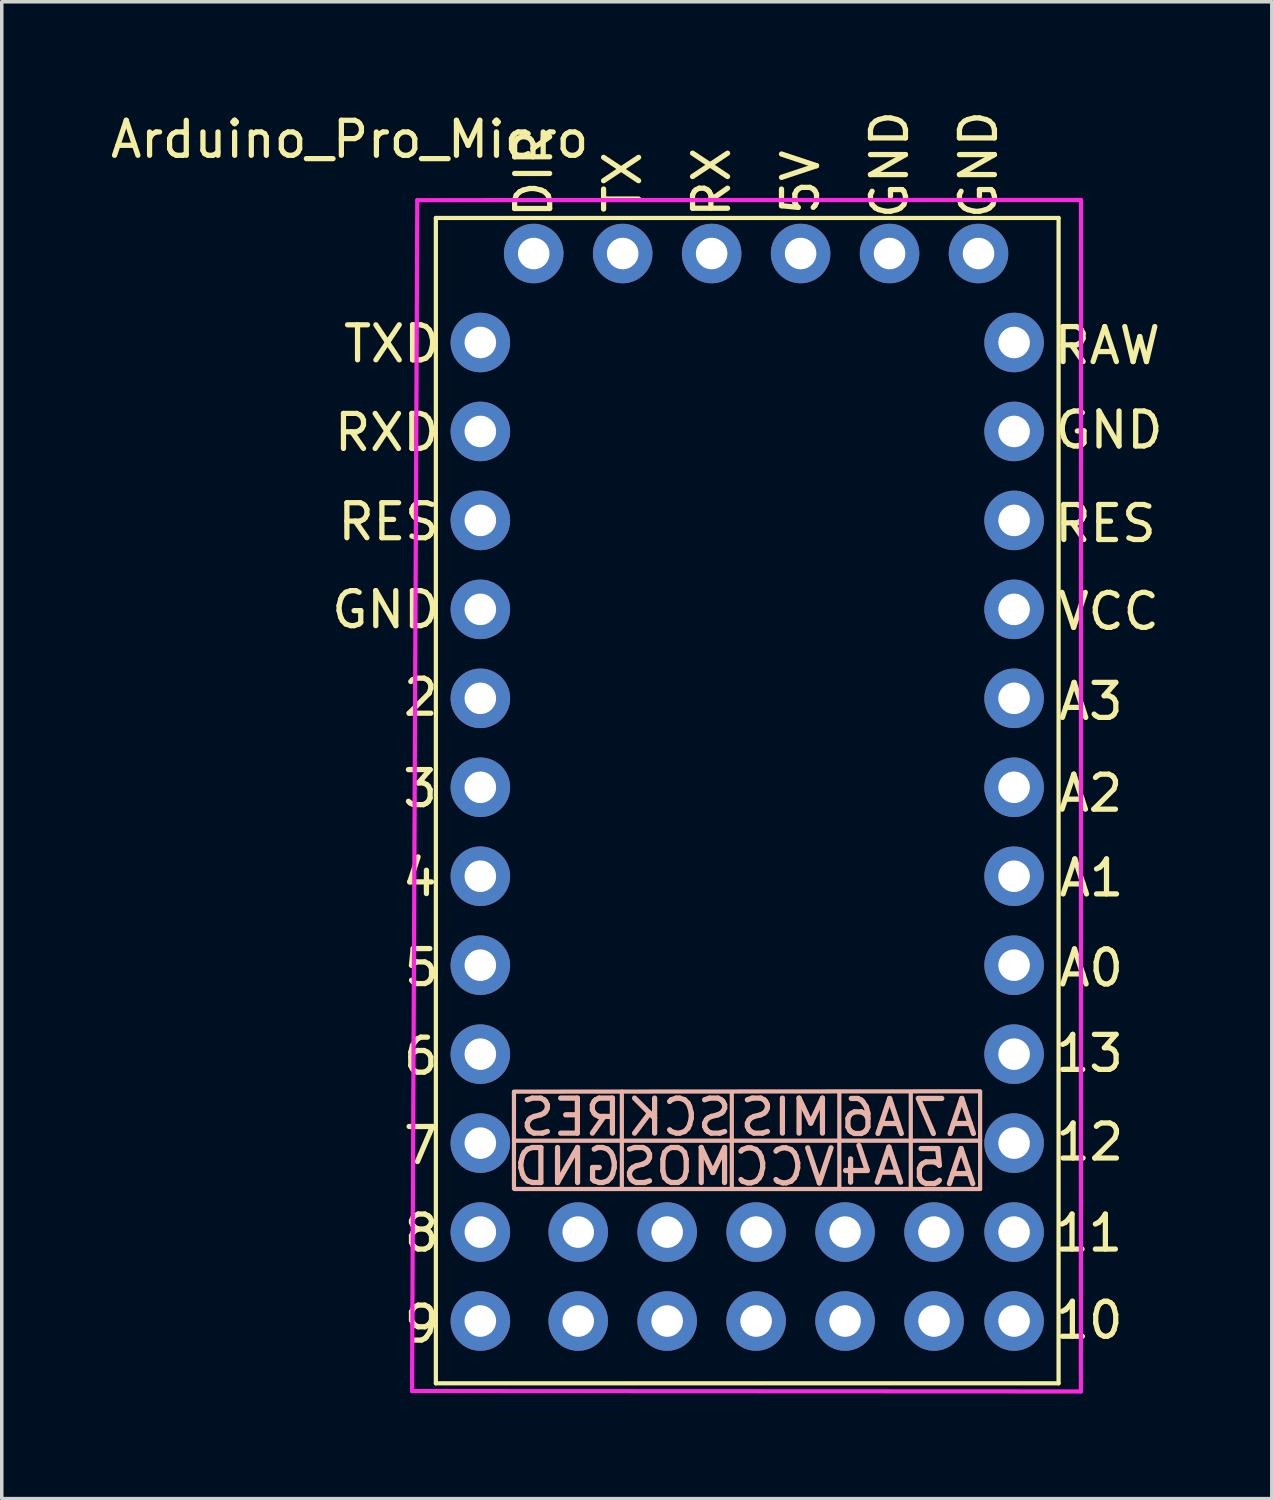
<source format=kicad_pcb>
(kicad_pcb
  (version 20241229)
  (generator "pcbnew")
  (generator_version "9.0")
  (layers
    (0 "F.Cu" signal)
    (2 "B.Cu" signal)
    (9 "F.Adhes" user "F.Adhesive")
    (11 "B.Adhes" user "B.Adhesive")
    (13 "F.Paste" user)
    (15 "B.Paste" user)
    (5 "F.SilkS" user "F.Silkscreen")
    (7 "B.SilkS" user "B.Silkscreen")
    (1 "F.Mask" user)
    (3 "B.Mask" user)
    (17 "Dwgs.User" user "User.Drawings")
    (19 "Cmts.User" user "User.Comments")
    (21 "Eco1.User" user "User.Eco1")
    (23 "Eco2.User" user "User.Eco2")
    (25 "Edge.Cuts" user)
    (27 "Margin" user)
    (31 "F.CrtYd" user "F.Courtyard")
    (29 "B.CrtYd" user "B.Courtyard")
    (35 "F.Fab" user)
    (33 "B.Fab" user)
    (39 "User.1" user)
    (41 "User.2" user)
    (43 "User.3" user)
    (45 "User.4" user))
  (footprint "Arduino_Pro_Micro"
    (layer "F.Cu")
    (at 10.665 6.729)
    (property "Reference" "Arduino_Pro_Micro" (at -3.73 -5.8 0) (layer "F.SilkS") (effects (font (size 1 1) (thickness 0.15))))
    (attr through_hole)
    (fp_line (start -1.27 -3.556) (end -1.27 29.718) (stroke (width 0.12) (type solid)) (layer "F.SilkS"))
    (fp_line (start -1.27 29.718) (end 16.51 29.718) (stroke (width 0.12) (type solid)) (layer "F.SilkS"))
    (fp_line (start 16.51 -3.556) (end -1.27 -3.556) (stroke (width 0.12) (type solid)) (layer "F.SilkS"))
    (fp_line (start 16.51 29.718) (end 16.51 -3.556) (stroke (width 0.12) (type solid)) (layer "F.SilkS"))
    (fp_line (start 0.96 21.41) (end 0.96 21.44) (stroke (width 0.12) (type solid)) (layer "B.SilkS"))
    (fp_line (start 0.96 21.41) (end 0.96 24.15) (stroke (width 0.12) (type solid)) (layer "B.SilkS"))
    (fp_line (start 0.96 22.79) (end 14.27 22.79) (stroke (width 0.12) (type solid)) (layer "B.SilkS"))
    (fp_line (start 0.97 24.17) (end 14.27 24.17) (stroke (width 0.12) (type solid)) (layer "B.SilkS"))
    (fp_line (start 4.04 21.39) (end 4.04 24.15) (stroke (width 0.12) (type solid)) (layer "B.SilkS"))
    (fp_line (start 7.18 21.4) (end 7.18 24.17) (stroke (width 0.12) (type solid)) (layer "B.SilkS"))
    (fp_line (start 10.25 21.4) (end 10.25 24.14) (stroke (width 0.12) (type solid)) (layer "B.SilkS"))
    (fp_line (start 12.29 21.4) (end 12.29 24.16) (stroke (width 0.12) (type solid)) (layer "B.SilkS"))
    (fp_line (start 14.27 21.38) (end 0.96 21.39) (stroke (width 0.12) (type solid)) (layer "B.SilkS"))
    (fp_line (start 14.27 24.17) (end 14.27 21.4) (stroke (width 0.12) (type solid)) (layer "B.SilkS"))
    (fp_line (start -1.95 29.94) (end 17.147 29.95) (stroke (width 0.12) (type solid)) (layer "F.CrtYd"))
    (fp_line (start -1.8 -4.064) (end -1.95 29.94) (stroke (width 0.12) (type solid)) (layer "F.CrtYd"))
    (fp_line (start 17.147 29.95) (end 17.15 -4.07) (stroke (width 0.12) (type solid)) (layer "F.CrtYd"))
    (fp_line (start 17.15 -4.07) (end -1.8 -4.064) (stroke (width 0.12) (type solid)) (layer "F.CrtYd"))
    (fp_text user "8" (at -1.68 25.43 0) (layer "F.SilkS") (effects (font (size 1 1) (thickness 0.15))))
    (fp_text user "TX" (at 4.064 -4.572 90) (layer "F.SilkS") (effects (font (size 1 1) (thickness 0.15))))
    (fp_text user "3" (at -1.72 12.74 0) (layer "F.SilkS") (effects (font (size 1 1) (thickness 0.15))))
    (fp_text user "RES" (at 17.85 5.17 0) (layer "F.SilkS") (effects (font (size 1 1) (thickness 0.15))))
    (fp_text user "6" (at -1.7 20.38 0) (layer "F.SilkS") (effects (font (size 1 1) (thickness 0.15))))
    (fp_text user "A0" (at 17.44 17.86 0) (layer "F.SilkS") (effects (font (size 1 1) (thickness 0.15))))
    (fp_text user "RES" (at -2.62 5.12 0) (layer "F.SilkS") (effects (font (size 1 1) (thickness 0.15))))
    (fp_text user "GND" (at 14.224 -5.08 90) (layer "F.SilkS") (effects (font (size 1 1) (thickness 0.15))))
    (fp_text user "DIR" (at 1.524 -4.826 90) (layer "F.SilkS") (effects (font (size 1 1) (thickness 0.15))))
    (fp_text user "TXD" (at -2.53 0.04 0) (layer "F.SilkS") (effects (font (size 1 1) (thickness 0.15))))
    (fp_text user "13" (at 17.39 20.3 0) (layer "F.SilkS") (effects (font (size 1 1) (thickness 0.15))))
    (fp_text user "12" (at 17.4 22.83 0) (layer "F.SilkS") (effects (font (size 1 1) (thickness 0.15))))
    (fp_text user "10" (at 17.38 27.92 0) (layer "F.SilkS") (effects (font (size 1 1) (thickness 0.15))))
    (fp_text user "4" (at -1.73 15.28 0) (layer "F.SilkS") (effects (font (size 1 1) (thickness 0.15))))
    (fp_text user "RAW" (at 17.9 0.09 0) (layer "F.SilkS") (effects (font (size 1 1) (thickness 0.15))))
    (fp_text user "GND" (at 11.684 -5.08 90) (layer "F.SilkS") (effects (font (size 1 1) (thickness 0.15))))
    (fp_text user "9" (at -1.68 28.03 0) (layer "F.SilkS") (effects (font (size 1 1) (thickness 0.15))))
    (fp_text user "RX" (at 6.604 -4.572 90) (layer "F.SilkS") (effects (font (size 1 1) (thickness 0.15))))
    (fp_text user "2" (at -1.7 10.13 0) (layer "F.SilkS") (effects (font (size 1 1) (thickness 0.15))))
    (fp_text user "5V" (at 9.144 -4.572 270) (layer "F.SilkS") (effects (font (size 1 1) (thickness 0.15))))
    (fp_text user "GND" (at 17.95 2.5 0) (layer "F.SilkS") (effects (font (size 1 1) (thickness 0.15))))
    (fp_text user "A1" (at 17.45 15.29 0) (layer "F.SilkS") (effects (font (size 1 1) (thickness 0.15))))
    (fp_text user "RXD" (at -2.67 2.57 0) (layer "F.SilkS") (effects (font (size 1 1) (thickness 0.15))))
    (fp_text user "GND" (at -2.7 7.63 0) (layer "F.SilkS") (effects (font (size 1 1) (thickness 0.15))))
    (fp_text user "VCC" (at 17.94 7.68 0) (layer "F.SilkS") (effects (font (size 1 1) (thickness 0.15))))
    (fp_text user "A2" (at 17.42 12.87 0) (layer "F.SilkS") (effects (font (size 1 1) (thickness 0.15))))
    (fp_text user "7" (at -1.7 22.93 0) (layer "F.SilkS") (effects (font (size 1 1) (thickness 0.15))))
    (fp_text user "11" (at 17.37 25.43 0) (layer "F.SilkS") (effects (font (size 1 1) (thickness 0.15))))
    (fp_text user "A3" (at 17.43 10.25 0) (layer "F.SilkS") (effects (font (size 1 1) (thickness 0.15))))
    (fp_text user "5" (at -1.68 17.85 0) (layer "F.SilkS") (effects (font (size 1 1) (thickness 0.15))))
    (fp_text user "A4" (at 11.19 23.52 0) (layer "B.SilkS") (effects (font (size 1 1) (thickness 0.15)) (justify mirror)))
    (fp_text user "A7" (at 13.27 22.13 0) (layer "B.SilkS") (effects (font (size 1 1) (thickness 0.15)) (justify mirror)))
    (fp_text user "A5" (at 13.25 23.56 0) (layer "B.SilkS") (effects (font (size 1 1) (thickness 0.15)) (justify mirror)))
    (fp_text user "SCK" (at 5.69 22.12 0) (layer "B.SilkS") (effects (font (size 1 1) (thickness 0.15)) (justify mirror)))
    (fp_text user "MIS" (at 8.72 22.12 0) (layer "B.SilkS") (effects (font (size 1 1) (thickness 0.15)) (justify mirror)))
    (fp_text user "VCC" (at 8.68 23.54 0) (layer "B.SilkS") (effects (font (size 1 1) (thickness 0.15)) (justify mirror)))
    (fp_text user "RES" (at 2.58 22.12 0) (layer "B.SilkS") (effects (font (size 1 1) (thickness 0.15)) (justify mirror)))
    (fp_text user "MOS" (at 5.64 23.53 0) (layer "B.SilkS") (effects (font (size 1 1) (thickness 0.15)) (justify mirror)))
    (fp_text user "GND" (at 2.49 23.53 0) (layer "B.SilkS") (effects (font (size 1 1) (thickness 0.15)) (justify mirror)))
    (fp_text user "A6" (at 11.21 22.13 0) (layer "B.SilkS") (effects (font (size 1 1) (thickness 0.15)) (justify mirror)))
    (pad "1" thru_hole circle (at 15.24 0) (size 1.7 1.7) (drill 0.9) (layers "*.Cu" "*.Mask"))
    (pad "2" thru_hole circle (at 0 0) (size 1.7 1.7) (drill 0.9) (layers "*.Cu" "*.Mask"))
    (pad "3" thru_hole circle (at 1.524 -2.54) (size 1.7 1.7) (drill 0.9) (layers "*.Cu" "*.Mask"))
    (pad "4" thru_hole circle (at 0 7.62) (size 1.7 1.7) (drill 0.9) (layers "*.Cu" "*.Mask"))
    (pad "5" thru_hole circle (at 2.794 27.94) (size 1.7 1.7) (drill 0.9) (layers "*.Cu" "*.Mask"))
    (pad "6" thru_hole circle (at 11.684 -2.54) (size 1.7 1.7) (drill 0.9) (layers "*.Cu" "*.Mask"))
    (pad "7" thru_hole circle (at 14.224 -2.54) (size 1.7 1.7) (drill 0.9) (layers "*.Cu" "*.Mask"))
    (pad "8" thru_hole circle (at 15.24 2.54) (size 1.7 1.7) (drill 0.9) (layers "*.Cu" "*.Mask"))
    (pad "9" thru_hole circle (at 7.874 25.4) (size 1.7 1.7) (drill 0.9) (layers "*.Cu" "*.Mask"))
    (pad "10" thru_hole circle (at 5.334 27.94) (size 1.7 1.7) (drill 0.9) (layers "*.Cu" "*.Mask"))
    (pad "11" thru_hole circle (at 0 2.54) (size 1.7 1.7) (drill 0.9) (layers "*.Cu" "*.Mask"))
    (pad "12" thru_hole circle (at 2.794 25.4) (size 1.7 1.7) (drill 0.9) (layers "*.Cu" "*.Mask"))
    (pad "13" thru_hole circle (at 0 5.08) (size 1.7 1.7) (drill 0.9) (layers "*.Cu" "*.Mask"))
    (pad "14" thru_hole circle (at 15.24 5.08) (size 1.7 1.7) (drill 0.9) (layers "*.Cu" "*.Mask"))
    (pad "15" thru_hole circle (at 6.604 -2.54) (size 1.7 1.7) (drill 0.9) (layers "*.Cu" "*.Mask"))
    (pad "16" thru_hole circle (at 5.334 25.4) (size 1.7 1.7) (drill 0.9) (layers "*.Cu" "*.Mask"))
    (pad "17" thru_hole circle (at 4.064 -2.54) (size 1.7 1.7) (drill 0.9) (layers "*.Cu" "*.Mask"))
    (pad "18" thru_hole circle (at 7.874 27.94) (size 1.7 1.7) (drill 0.9) (layers "*.Cu" "*.Mask"))
    (pad "19" thru_hole circle (at 9.144 -2.54) (size 1.7 1.7) (drill 0.9) (layers "*.Cu" "*.Mask"))
    (pad "20" thru_hole circle (at 15.24 7.62) (size 1.7 1.7) (drill 0.9) (layers "*.Cu" "*.Mask"))
    (pad "21" thru_hole circle (at 0 25.4) (size 1.7 1.7) (drill 0.9) (layers "*.Cu" "*.Mask"))
    (pad "22" thru_hole circle (at 15.24 25.4) (size 1.7 1.7) (drill 0.9) (layers "*.Cu" "*.Mask"))
    (pad "23" thru_hole circle (at 15.24 22.86) (size 1.7 1.7) (drill 0.9) (layers "*.Cu" "*.Mask"))
    (pad "24" thru_hole circle (at 15.24 20.32) (size 1.7 1.7) (drill 0.9) (layers "*.Cu" "*.Mask"))
    (pad "25" thru_hole circle (at 0 10.16) (size 1.7 1.7) (drill 0.9) (layers "*.Cu" "*.Mask"))
    (pad "26" thru_hole circle (at 0 12.7) (size 1.7 1.7) (drill 0.9) (layers "*.Cu" "*.Mask"))
    (pad "27" thru_hole circle (at 0 15.24) (size 1.7 1.7) (drill 0.9) (layers "*.Cu" "*.Mask"))
    (pad "28" thru_hole circle (at 0 17.78) (size 1.7 1.7) (drill 0.9) (layers "*.Cu" "*.Mask"))
    (pad "29" thru_hole circle (at 0 20.32) (size 1.7 1.7) (drill 0.9) (layers "*.Cu" "*.Mask"))
    (pad "30" thru_hole circle (at 0 22.86) (size 1.7 1.7) (drill 0.9) (layers "*.Cu" "*.Mask"))
    (pad "31" thru_hole circle (at 15.24 27.94) (size 1.7 1.7) (drill 0.9) (layers "*.Cu" "*.Mask"))
    (pad "32" thru_hole circle (at 0 27.94) (size 1.7 1.7) (drill 0.9) (layers "*.Cu" "*.Mask"))
    (pad "33" thru_hole circle (at 15.24 17.78) (size 1.7 1.7) (drill 0.9) (layers "*.Cu" "*.Mask"))
    (pad "34" thru_hole circle (at 15.24 15.24) (size 1.7 1.7) (drill 0.9) (layers "*.Cu" "*.Mask"))
    (pad "35" thru_hole circle (at 15.24 12.7) (size 1.7 1.7) (drill 0.9) (layers "*.Cu" "*.Mask"))
    (pad "36" thru_hole circle (at 15.24 10.16) (size 1.7 1.7) (drill 0.9) (layers "*.Cu" "*.Mask"))
    (pad "37" thru_hole circle (at 10.414 27.94) (size 1.7 1.7) (drill 0.9) (layers "*.Cu" "*.Mask"))
    (pad "38" thru_hole circle (at 12.954 27.94) (size 1.7 1.7) (drill 0.9) (layers "*.Cu" "*.Mask"))
    (pad "39" thru_hole circle (at 10.414 25.4) (size 1.7 1.7) (drill 0.9) (layers "*.Cu" "*.Mask"))
    (pad "40" thru_hole circle (at 12.954 25.4) (size 1.7 1.7) (drill 0.9) (layers "*.Cu" "*.Mask")))
  (gr_rect
    (start -3 -3)
    (end 33.263 39.739)
    (stroke (width 0.1) (type default))
    (fill no)
    (layer "Edge.Cuts")))
</source>
